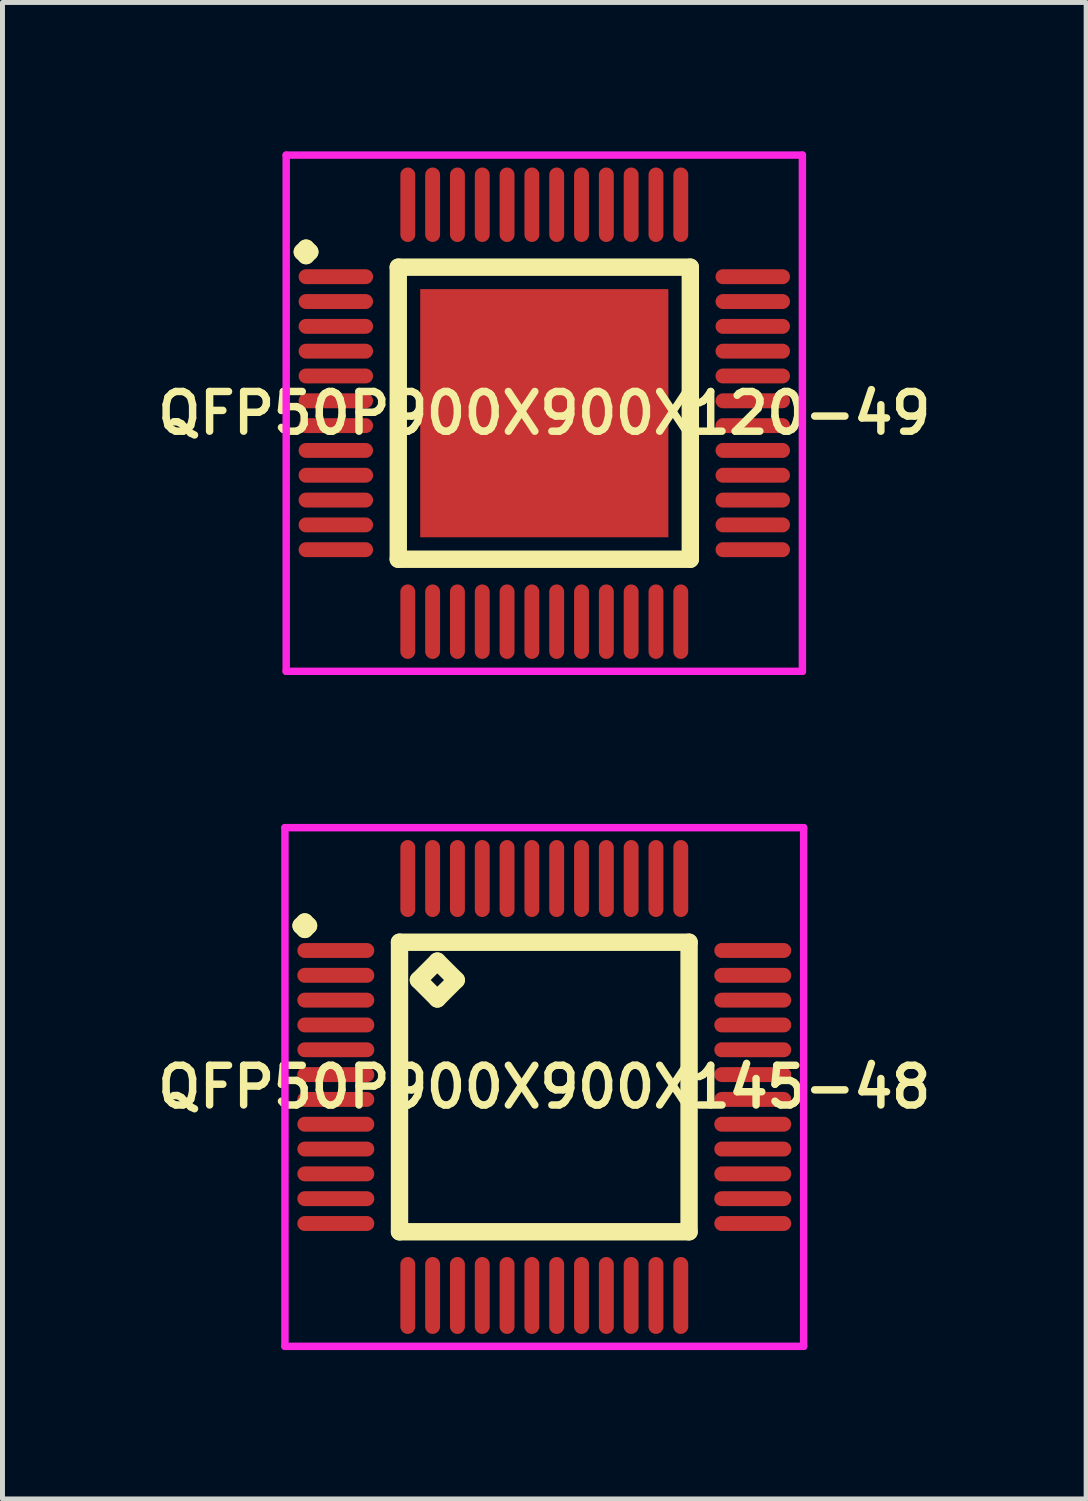
<source format=kicad_pcb>
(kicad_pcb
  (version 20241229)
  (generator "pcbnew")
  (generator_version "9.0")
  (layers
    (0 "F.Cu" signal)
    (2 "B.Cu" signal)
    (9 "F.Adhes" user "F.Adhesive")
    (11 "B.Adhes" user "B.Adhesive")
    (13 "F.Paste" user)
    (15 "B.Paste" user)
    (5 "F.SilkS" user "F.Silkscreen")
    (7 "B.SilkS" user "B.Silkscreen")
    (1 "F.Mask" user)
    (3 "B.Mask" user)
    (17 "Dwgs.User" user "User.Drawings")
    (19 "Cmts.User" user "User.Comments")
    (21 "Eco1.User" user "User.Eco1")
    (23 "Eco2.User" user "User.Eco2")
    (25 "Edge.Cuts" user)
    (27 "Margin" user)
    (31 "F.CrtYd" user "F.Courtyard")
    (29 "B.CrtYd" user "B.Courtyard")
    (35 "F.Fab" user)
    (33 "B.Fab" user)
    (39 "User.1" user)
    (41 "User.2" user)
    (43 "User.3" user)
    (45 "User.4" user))
  (footprint "QFP50P900X900X145-48"
    (layer "F.Cu")
    (at 7.916 18.85)
    (property "Reference" "QFP50P900X900X145-48" (at 0 0 0) (layer "F.SilkS") (effects (font (size 0.8 0.8) (thickness 0.15))))
    (attr smd)
    (fp_line (start -4.9 -3.25) (end -4.825 -3.325) (stroke (width 0.35) (type solid)) (layer "F.SilkS"))
    (fp_line (start -4.825 -3.325) (end -4.75 -3.25) (stroke (width 0.35) (type solid)) (layer "F.SilkS"))
    (fp_line (start -4.825 -3.175) (end -4.9 -3.25) (stroke (width 0.35) (type solid)) (layer "F.SilkS"))
    (fp_line (start -4.75 -3.25) (end -4.825 -3.175) (stroke (width 0.35) (type solid)) (layer "F.SilkS"))
    (fp_line (start -2.917 -2.917) (end -2.917 2.917) (stroke (width 0.35) (type solid)) (layer "F.SilkS"))
    (fp_line (start -2.917 2.917) (end 2.917 2.917) (stroke (width 0.35) (type solid)) (layer "F.SilkS"))
    (fp_line (start -2.536 -2.155) (end -2.155 -2.536) (stroke (width 0.35) (type solid)) (layer "F.SilkS"))
    (fp_line (start -2.155 -2.536) (end -1.774 -2.155) (stroke (width 0.35) (type solid)) (layer "F.SilkS"))
    (fp_line (start -2.155 -1.774) (end -2.536 -2.155) (stroke (width 0.35) (type solid)) (layer "F.SilkS"))
    (fp_line (start -1.774 -2.155) (end -2.155 -1.774) (stroke (width 0.35) (type solid)) (layer "F.SilkS"))
    (fp_line (start 2.917 -2.917) (end -2.917 -2.917) (stroke (width 0.35) (type solid)) (layer "F.SilkS"))
    (fp_line (start 2.917 2.917) (end 2.917 -2.917) (stroke (width 0.35) (type solid)) (layer "F.SilkS"))
    (fp_line (start -5.225 -5.225) (end 5.225 -5.225) (stroke (width 0.15) (type solid)) (layer "F.CrtYd"))
    (fp_line (start -5.225 5.225) (end -5.225 -5.225) (stroke (width 0.15) (type solid)) (layer "F.CrtYd"))
    (fp_line (start 5.225 -5.225) (end 5.225 5.225) (stroke (width 0.15) (type solid)) (layer "F.CrtYd"))
    (fp_line (start 5.225 5.225) (end -5.225 5.225) (stroke (width 0.15) (type solid)) (layer "F.CrtYd"))
    (pad "1" smd oval (at -4.2 -2.75) (size 1.55 0.3) (layers "F.Cu" "F.Mask" "F.Paste"))
    (pad "2" smd oval (at -4.2 -2.25) (size 1.55 0.3) (layers "F.Cu" "F.Mask" "F.Paste"))
    (pad "3" smd oval (at -4.2 -1.75) (size 1.55 0.3) (layers "F.Cu" "F.Mask" "F.Paste"))
    (pad "4" smd oval (at -4.2 -1.25) (size 1.55 0.3) (layers "F.Cu" "F.Mask" "F.Paste"))
    (pad "5" smd oval (at -4.2 -0.75) (size 1.55 0.3) (layers "F.Cu" "F.Mask" "F.Paste"))
    (pad "6" smd oval (at -4.2 -0.25) (size 1.55 0.3) (layers "F.Cu" "F.Mask" "F.Paste"))
    (pad "7" smd oval (at -4.2 0.25) (size 1.55 0.3) (layers "F.Cu" "F.Mask" "F.Paste"))
    (pad "8" smd oval (at -4.2 0.75) (size 1.55 0.3) (layers "F.Cu" "F.Mask" "F.Paste"))
    (pad "9" smd oval (at -4.2 1.25) (size 1.55 0.3) (layers "F.Cu" "F.Mask" "F.Paste"))
    (pad "10" smd oval (at -4.2 1.75) (size 1.55 0.3) (layers "F.Cu" "F.Mask" "F.Paste"))
    (pad "11" smd oval (at -4.2 2.25) (size 1.55 0.3) (layers "F.Cu" "F.Mask" "F.Paste"))
    (pad "12" smd oval (at -4.2 2.75) (size 1.55 0.3) (layers "F.Cu" "F.Mask" "F.Paste"))
    (pad "13" smd oval (at -2.75 4.2) (size 0.3 1.55) (layers "F.Cu" "F.Mask" "F.Paste"))
    (pad "14" smd oval (at -2.25 4.2) (size 0.3 1.55) (layers "F.Cu" "F.Mask" "F.Paste"))
    (pad "15" smd oval (at -1.75 4.2) (size 0.3 1.55) (layers "F.Cu" "F.Mask" "F.Paste"))
    (pad "16" smd oval (at -1.25 4.2) (size 0.3 1.55) (layers "F.Cu" "F.Mask" "F.Paste"))
    (pad "17" smd oval (at -0.75 4.2) (size 0.3 1.55) (layers "F.Cu" "F.Mask" "F.Paste"))
    (pad "18" smd oval (at -0.25 4.2) (size 0.3 1.55) (layers "F.Cu" "F.Mask" "F.Paste"))
    (pad "19" smd oval (at 0.25 4.2) (size 0.3 1.55) (layers "F.Cu" "F.Mask" "F.Paste"))
    (pad "20" smd oval (at 0.75 4.2) (size 0.3 1.55) (layers "F.Cu" "F.Mask" "F.Paste"))
    (pad "21" smd oval (at 1.25 4.2) (size 0.3 1.55) (layers "F.Cu" "F.Mask" "F.Paste"))
    (pad "22" smd oval (at 1.75 4.2) (size 0.3 1.55) (layers "F.Cu" "F.Mask" "F.Paste"))
    (pad "23" smd oval (at 2.25 4.2) (size 0.3 1.55) (layers "F.Cu" "F.Mask" "F.Paste"))
    (pad "24" smd oval (at 2.75 4.2) (size 0.3 1.55) (layers "F.Cu" "F.Mask" "F.Paste"))
    (pad "25" smd oval (at 4.2 2.75) (size 1.55 0.3) (layers "F.Cu" "F.Mask" "F.Paste"))
    (pad "26" smd oval (at 4.2 2.25) (size 1.55 0.3) (layers "F.Cu" "F.Mask" "F.Paste"))
    (pad "27" smd oval (at 4.2 1.75) (size 1.55 0.3) (layers "F.Cu" "F.Mask" "F.Paste"))
    (pad "28" smd oval (at 4.2 1.25) (size 1.55 0.3) (layers "F.Cu" "F.Mask" "F.Paste"))
    (pad "29" smd oval (at 4.2 0.75) (size 1.55 0.3) (layers "F.Cu" "F.Mask" "F.Paste"))
    (pad "30" smd oval (at 4.2 0.25) (size 1.55 0.3) (layers "F.Cu" "F.Mask" "F.Paste"))
    (pad "31" smd oval (at 4.2 -0.25) (size 1.55 0.3) (layers "F.Cu" "F.Mask" "F.Paste"))
    (pad "32" smd oval (at 4.2 -0.75) (size 1.55 0.3) (layers "F.Cu" "F.Mask" "F.Paste"))
    (pad "33" smd oval (at 4.2 -1.25) (size 1.55 0.3) (layers "F.Cu" "F.Mask" "F.Paste"))
    (pad "34" smd oval (at 4.2 -1.75) (size 1.55 0.3) (layers "F.Cu" "F.Mask" "F.Paste"))
    (pad "35" smd oval (at 4.2 -2.25) (size 1.55 0.3) (layers "F.Cu" "F.Mask" "F.Paste"))
    (pad "36" smd oval (at 4.2 -2.75) (size 1.55 0.3) (layers "F.Cu" "F.Mask" "F.Paste"))
    (pad "37" smd oval (at 2.75 -4.2) (size 0.3 1.55) (layers "F.Cu" "F.Mask" "F.Paste"))
    (pad "38" smd oval (at 2.25 -4.2) (size 0.3 1.55) (layers "F.Cu" "F.Mask" "F.Paste"))
    (pad "39" smd oval (at 1.75 -4.2) (size 0.3 1.55) (layers "F.Cu" "F.Mask" "F.Paste"))
    (pad "40" smd oval (at 1.25 -4.2) (size 0.3 1.55) (layers "F.Cu" "F.Mask" "F.Paste"))
    (pad "41" smd oval (at 0.75 -4.2) (size 0.3 1.55) (layers "F.Cu" "F.Mask" "F.Paste"))
    (pad "42" smd oval (at 0.25 -4.2) (size 0.3 1.55) (layers "F.Cu" "F.Mask" "F.Paste"))
    (pad "43" smd oval (at -0.25 -4.2) (size 0.3 1.55) (layers "F.Cu" "F.Mask" "F.Paste"))
    (pad "44" smd oval (at -0.75 -4.2) (size 0.3 1.55) (layers "F.Cu" "F.Mask" "F.Paste"))
    (pad "45" smd oval (at -1.25 -4.2) (size 0.3 1.55) (layers "F.Cu" "F.Mask" "F.Paste"))
    (pad "46" smd oval (at -1.75 -4.2) (size 0.3 1.55) (layers "F.Cu" "F.Mask" "F.Paste"))
    (pad "47" smd oval (at -2.25 -4.2) (size 0.3 1.55) (layers "F.Cu" "F.Mask" "F.Paste"))
    (pad "48" smd oval (at -2.75 -4.2) (size 0.3 1.55) (layers "F.Cu" "F.Mask" "F.Paste")))
  (footprint "QFP50P900X900X120-49"
    (layer "F.Cu")
    (at 7.916 5.275)
    (property "Reference" "QFP50P900X900X120-49" (at 0 0 0) (layer "F.SilkS") (effects (font (size 0.8 0.8) (thickness 0.15))))
    (attr through_hole)
    (fp_line (start -4.875 -3.25) (end -4.8 -3.325) (stroke (width 0.35) (type solid)) (layer "F.SilkS"))
    (fp_line (start -4.8 -3.325) (end -4.725 -3.25) (stroke (width 0.35) (type solid)) (layer "F.SilkS"))
    (fp_line (start -4.8 -3.175) (end -4.875 -3.25) (stroke (width 0.35) (type solid)) (layer "F.SilkS"))
    (fp_line (start -4.725 -3.25) (end -4.8 -3.175) (stroke (width 0.35) (type solid)) (layer "F.SilkS"))
    (fp_line (start -2.942 -2.942) (end -2.942 2.942) (stroke (width 0.35) (type solid)) (layer "F.SilkS"))
    (fp_line (start -2.942 2.942) (end 2.942 2.942) (stroke (width 0.35) (type solid)) (layer "F.SilkS"))
    (fp_line (start 2.942 -2.942) (end -2.942 -2.942) (stroke (width 0.35) (type solid)) (layer "F.SilkS"))
    (fp_line (start 2.942 2.942) (end 2.942 -2.942) (stroke (width 0.35) (type solid)) (layer "F.SilkS"))
    (fp_line (start -5.2 -5.2) (end 5.2 -5.2) (stroke (width 0.15) (type solid)) (layer "F.CrtYd"))
    (fp_line (start -5.2 5.2) (end -5.2 -5.2) (stroke (width 0.15) (type solid)) (layer "F.CrtYd"))
    (fp_line (start 5.2 -5.2) (end 5.2 5.2) (stroke (width 0.15) (type solid)) (layer "F.CrtYd"))
    (fp_line (start 5.2 5.2) (end -5.2 5.2) (stroke (width 0.15) (type solid)) (layer "F.CrtYd"))
    (pad "1" smd oval (at -4.2 -2.75) (size 1.5 0.3) (layers "F.Cu" "F.Mask" "F.Paste"))
    (pad "2" smd oval (at -4.2 -2.25) (size 1.5 0.3) (layers "F.Cu" "F.Mask" "F.Paste"))
    (pad "3" smd oval (at -4.2 -1.75) (size 1.5 0.3) (layers "F.Cu" "F.Mask" "F.Paste"))
    (pad "4" smd oval (at -4.2 -1.25) (size 1.5 0.3) (layers "F.Cu" "F.Mask" "F.Paste"))
    (pad "5" smd oval (at -4.2 -0.75) (size 1.5 0.3) (layers "F.Cu" "F.Mask" "F.Paste"))
    (pad "6" smd oval (at -4.2 -0.25) (size 1.5 0.3) (layers "F.Cu" "F.Mask" "F.Paste"))
    (pad "7" smd oval (at -4.2 0.25) (size 1.5 0.3) (layers "F.Cu" "F.Mask" "F.Paste"))
    (pad "8" smd oval (at -4.2 0.75) (size 1.5 0.3) (layers "F.Cu" "F.Mask" "F.Paste"))
    (pad "9" smd oval (at -4.2 1.25) (size 1.5 0.3) (layers "F.Cu" "F.Mask" "F.Paste"))
    (pad "10" smd oval (at -4.2 1.75) (size 1.5 0.3) (layers "F.Cu" "F.Mask" "F.Paste"))
    (pad "11" smd oval (at -4.2 2.25) (size 1.5 0.3) (layers "F.Cu" "F.Mask" "F.Paste"))
    (pad "12" smd oval (at -4.2 2.75) (size 1.5 0.3) (layers "F.Cu" "F.Mask" "F.Paste"))
    (pad "13" smd oval (at -2.75 4.2) (size 0.3 1.5) (layers "F.Cu" "F.Mask" "F.Paste"))
    (pad "14" smd oval (at -2.25 4.2) (size 0.3 1.5) (layers "F.Cu" "F.Mask" "F.Paste"))
    (pad "15" smd oval (at -1.75 4.2) (size 0.3 1.5) (layers "F.Cu" "F.Mask" "F.Paste"))
    (pad "16" smd oval (at -1.25 4.2) (size 0.3 1.5) (layers "F.Cu" "F.Mask" "F.Paste"))
    (pad "17" smd oval (at -0.75 4.2) (size 0.3 1.5) (layers "F.Cu" "F.Mask" "F.Paste"))
    (pad "18" smd oval (at -0.25 4.2) (size 0.3 1.5) (layers "F.Cu" "F.Mask" "F.Paste"))
    (pad "19" smd oval (at 0.25 4.2) (size 0.3 1.5) (layers "F.Cu" "F.Mask" "F.Paste"))
    (pad "20" smd oval (at 0.75 4.2) (size 0.3 1.5) (layers "F.Cu" "F.Mask" "F.Paste"))
    (pad "21" smd oval (at 1.25 4.2) (size 0.3 1.5) (layers "F.Cu" "F.Mask" "F.Paste"))
    (pad "22" smd oval (at 1.75 4.2) (size 0.3 1.5) (layers "F.Cu" "F.Mask" "F.Paste"))
    (pad "23" smd oval (at 2.25 4.2) (size 0.3 1.5) (layers "F.Cu" "F.Mask" "F.Paste"))
    (pad "24" smd oval (at 2.75 4.2) (size 0.3 1.5) (layers "F.Cu" "F.Mask" "F.Paste"))
    (pad "25" smd oval (at 4.2 2.75) (size 1.5 0.3) (layers "F.Cu" "F.Mask" "F.Paste"))
    (pad "26" smd oval (at 4.2 2.25) (size 1.5 0.3) (layers "F.Cu" "F.Mask" "F.Paste"))
    (pad "27" smd oval (at 4.2 1.75) (size 1.5 0.3) (layers "F.Cu" "F.Mask" "F.Paste"))
    (pad "28" smd oval (at 4.2 1.25) (size 1.5 0.3) (layers "F.Cu" "F.Mask" "F.Paste"))
    (pad "29" smd oval (at 4.2 0.75) (size 1.5 0.3) (layers "F.Cu" "F.Mask" "F.Paste"))
    (pad "30" smd oval (at 4.2 0.25) (size 1.5 0.3) (layers "F.Cu" "F.Mask" "F.Paste"))
    (pad "31" smd oval (at 4.2 -0.25) (size 1.5 0.3) (layers "F.Cu" "F.Mask" "F.Paste"))
    (pad "32" smd oval (at 4.2 -0.75) (size 1.5 0.3) (layers "F.Cu" "F.Mask" "F.Paste"))
    (pad "33" smd oval (at 4.2 -1.25) (size 1.5 0.3) (layers "F.Cu" "F.Mask" "F.Paste"))
    (pad "34" smd oval (at 4.2 -1.75) (size 1.5 0.3) (layers "F.Cu" "F.Mask" "F.Paste"))
    (pad "35" smd oval (at 4.2 -2.25) (size 1.5 0.3) (layers "F.Cu" "F.Mask" "F.Paste"))
    (pad "36" smd oval (at 4.2 -2.75) (size 1.5 0.3) (layers "F.Cu" "F.Mask" "F.Paste"))
    (pad "37" smd oval (at 2.75 -4.2) (size 0.3 1.5) (layers "F.Cu" "F.Mask" "F.Paste"))
    (pad "38" smd oval (at 2.25 -4.2) (size 0.3 1.5) (layers "F.Cu" "F.Mask" "F.Paste"))
    (pad "39" smd oval (at 1.75 -4.2) (size 0.3 1.5) (layers "F.Cu" "F.Mask" "F.Paste"))
    (pad "40" smd oval (at 1.25 -4.2) (size 0.3 1.5) (layers "F.Cu" "F.Mask" "F.Paste"))
    (pad "41" smd oval (at 0.75 -4.2) (size 0.3 1.5) (layers "F.Cu" "F.Mask" "F.Paste"))
    (pad "42" smd oval (at 0.25 -4.2) (size 0.3 1.5) (layers "F.Cu" "F.Mask" "F.Paste"))
    (pad "43" smd oval (at -0.25 -4.2) (size 0.3 1.5) (layers "F.Cu" "F.Mask" "F.Paste"))
    (pad "44" smd oval (at -0.75 -4.2) (size 0.3 1.5) (layers "F.Cu" "F.Mask" "F.Paste"))
    (pad "45" smd oval (at -1.25 -4.2) (size 0.3 1.5) (layers "F.Cu" "F.Mask" "F.Paste"))
    (pad "46" smd oval (at -1.75 -4.2) (size 0.3 1.5) (layers "F.Cu" "F.Mask" "F.Paste"))
    (pad "47" smd oval (at -2.25 -4.2) (size 0.3 1.5) (layers "F.Cu" "F.Mask" "F.Paste"))
    (pad "48" smd oval (at -2.75 -4.2) (size 0.3 1.5) (layers "F.Cu" "F.Mask" "F.Paste"))
    (pad "49" smd rect (at 0 0) (size 5 5) (layers "F.Cu" "F.Mask" "F.Paste")))
  (gr_rect
    (start -3 -3)
    (end 18.833 27.15)
    (stroke (width 0.1) (type default))
    (fill no)
    (layer "Edge.Cuts")))
</source>
